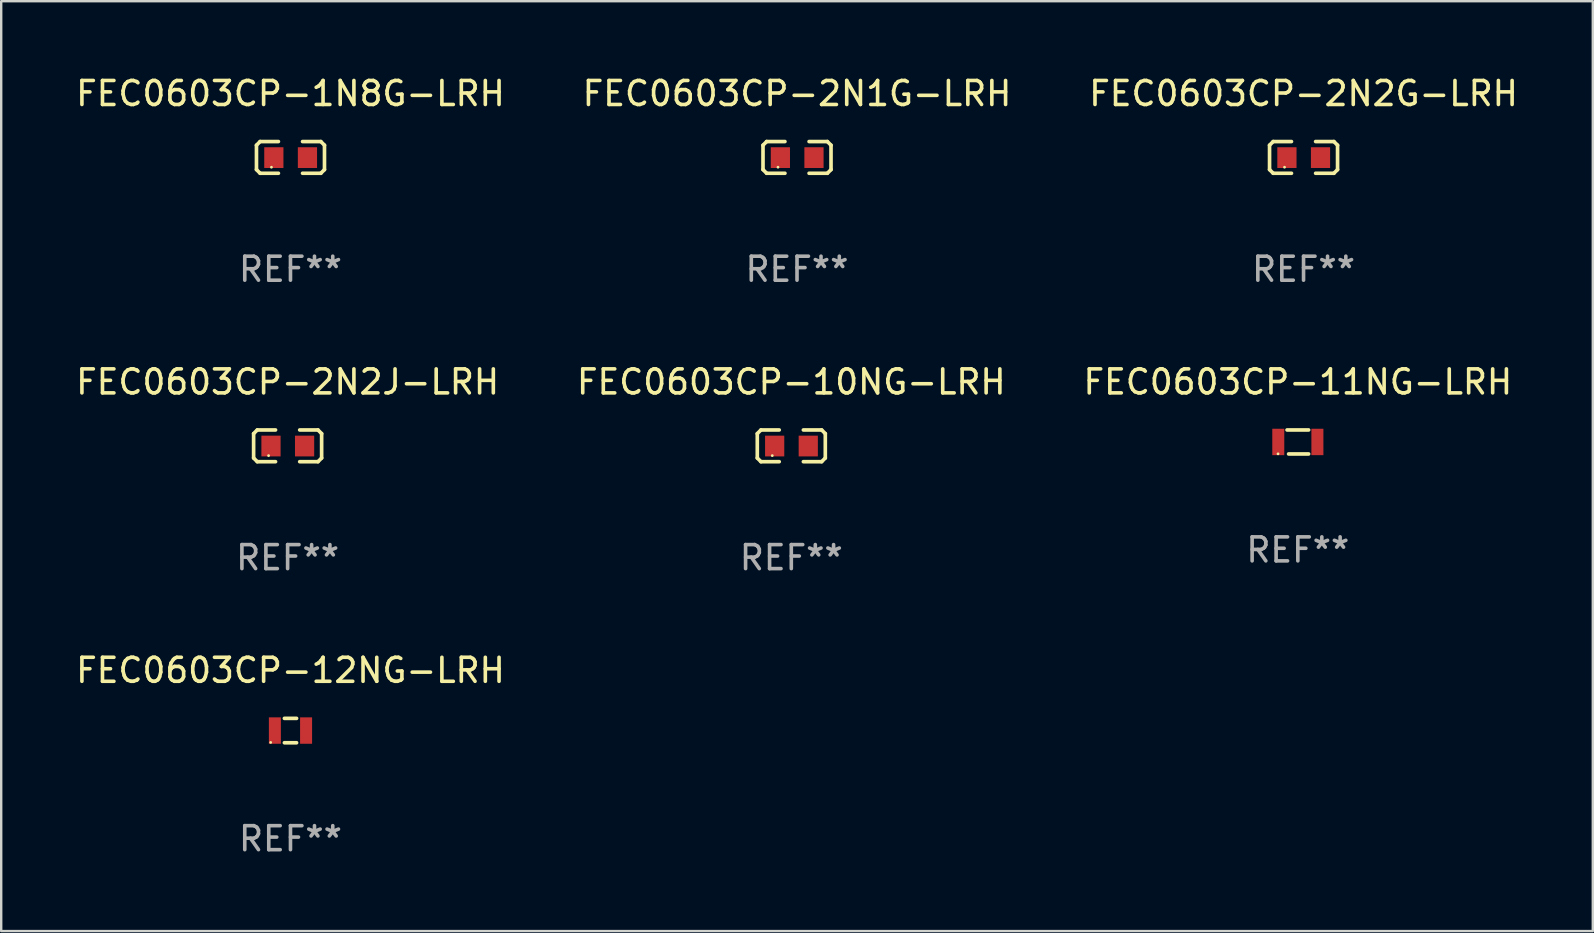
<source format=kicad_pcb>
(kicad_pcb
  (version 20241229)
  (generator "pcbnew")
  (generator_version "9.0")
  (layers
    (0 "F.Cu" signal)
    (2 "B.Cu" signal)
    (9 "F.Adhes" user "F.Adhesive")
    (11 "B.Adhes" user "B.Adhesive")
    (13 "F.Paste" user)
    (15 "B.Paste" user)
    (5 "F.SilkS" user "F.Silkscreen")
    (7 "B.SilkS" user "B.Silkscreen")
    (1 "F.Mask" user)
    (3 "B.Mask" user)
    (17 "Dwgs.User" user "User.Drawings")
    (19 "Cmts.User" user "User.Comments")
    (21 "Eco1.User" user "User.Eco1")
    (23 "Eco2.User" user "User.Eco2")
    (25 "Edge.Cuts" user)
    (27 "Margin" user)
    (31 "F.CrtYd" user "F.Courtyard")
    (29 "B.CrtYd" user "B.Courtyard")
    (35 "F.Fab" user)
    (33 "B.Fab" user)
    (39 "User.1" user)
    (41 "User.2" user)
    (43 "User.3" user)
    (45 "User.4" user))
  (footprint "FEC0603CP-11NG-LRH"
    (layer "F.Cu")
    (at 51.03 15.366)
    (property "Reference" "FEC0603CP-11NG-LRH" (at 0 -2.5 0) (layer "F.SilkS") (effects (font (size 1 1) (thickness 0.15))))
    (attr through_hole)
    (fp_line (start -0.45 -0.5) (end 0.45 -0.5) (stroke (width 0.152) (type solid)) (layer "F.SilkS"))
    (fp_line (start -0.385 0.5) (end 0.45 0.5) (stroke (width 0.152) (type solid)) (layer "F.SilkS"))
    (fp_circle (center -0.825 0.495) (end -0.795 0.495) (stroke (width 0.06) (type solid)) (fill no) (layer "F.SilkS"))
    (fp_text user "REF**" (at 0 4.5 0) (layer "F.Fab") (effects (font (size 1 1) (thickness 0.15))))
    (pad "1" smd rect (at -0.815 0) (size 0.5 1.1) (layers "F.Cu" "F.Mask" "F.Paste"))
    (pad "2" smd rect (at 0.815 0) (size 0.5 1.1) (layers "F.Cu" "F.Mask" "F.Paste")))
  (footprint "FEC0603CP-10NG-LRH"
    (layer "F.Cu")
    (at 29.923 15.527)
    (property "Reference" "FEC0603CP-10NG-LRH" (at 0 -2.661 0) (layer "F.SilkS") (effects (font (size 1 1) (thickness 0.15))))
    (attr through_hole)
    (fp_line (start -1.417 -0.508) (end -1.265 -0.661) (stroke (width 0.152) (type solid)) (layer "F.SilkS"))
    (fp_line (start -1.417 0.508) (end -1.417 -0.508) (stroke (width 0.152) (type solid)) (layer "F.SilkS"))
    (fp_line (start -1.265 -0.661) (end -0.503 -0.661) (stroke (width 0.152) (type solid)) (layer "F.SilkS"))
    (fp_line (start -1.265 0.661) (end -1.417 0.508) (stroke (width 0.152) (type solid)) (layer "F.SilkS"))
    (fp_line (start -1.265 0.661) (end -0.503 0.661) (stroke (width 0.152) (type solid)) (layer "F.SilkS"))
    (fp_line (start 1.265 -0.661) (end 0.503 -0.661) (stroke (width 0.152) (type solid)) (layer "F.SilkS"))
    (fp_line (start 1.265 -0.661) (end 1.417 -0.508) (stroke (width 0.152) (type solid)) (layer "F.SilkS"))
    (fp_line (start 1.265 0.661) (end 0.503 0.661) (stroke (width 0.152) (type solid)) (layer "F.SilkS"))
    (fp_line (start 1.417 -0.508) (end 1.417 0.508) (stroke (width 0.152) (type solid)) (layer "F.SilkS"))
    (fp_line (start 1.417 0.508) (end 1.265 0.661) (stroke (width 0.152) (type solid)) (layer "F.SilkS"))
    (fp_circle (center -0.793 0.409) (end -0.763 0.409) (stroke (width 0.06) (type solid)) (fill no) (layer "F.SilkS"))
    (fp_text user "REF**" (at 0 4.661 0) (layer "F.Fab") (effects (font (size 1 1) (thickness 0.15))))
    (pad "1" smd rect (at -0.693 0.009 180) (size 0.8 0.864) (layers "F.Cu" "F.Mask" "F.Paste"))
    (pad "2" smd rect (at 0.707 0.009 180) (size 0.8 0.864) (layers "F.Cu" "F.Mask" "F.Paste")))
  (footprint "FEC0603CP-2N2G-LRH"
    (layer "F.Cu")
    (at 51.268 3.509)
    (property "Reference" "FEC0603CP-2N2G-LRH" (at 0 -2.661 0) (layer "F.SilkS") (effects (font (size 1 1) (thickness 0.15))))
    (attr through_hole)
    (fp_line (start -1.417 -0.508) (end -1.265 -0.661) (stroke (width 0.152) (type solid)) (layer "F.SilkS"))
    (fp_line (start -1.417 0.508) (end -1.417 -0.508) (stroke (width 0.152) (type solid)) (layer "F.SilkS"))
    (fp_line (start -1.265 -0.661) (end -0.503 -0.661) (stroke (width 0.152) (type solid)) (layer "F.SilkS"))
    (fp_line (start -1.265 0.661) (end -1.417 0.508) (stroke (width 0.152) (type solid)) (layer "F.SilkS"))
    (fp_line (start -1.265 0.661) (end -0.503 0.661) (stroke (width 0.152) (type solid)) (layer "F.SilkS"))
    (fp_line (start 1.265 -0.661) (end 0.503 -0.661) (stroke (width 0.152) (type solid)) (layer "F.SilkS"))
    (fp_line (start 1.265 -0.661) (end 1.417 -0.508) (stroke (width 0.152) (type solid)) (layer "F.SilkS"))
    (fp_line (start 1.265 0.661) (end 0.503 0.661) (stroke (width 0.152) (type solid)) (layer "F.SilkS"))
    (fp_line (start 1.417 -0.508) (end 1.417 0.508) (stroke (width 0.152) (type solid)) (layer "F.SilkS"))
    (fp_line (start 1.417 0.508) (end 1.265 0.661) (stroke (width 0.152) (type solid)) (layer "F.SilkS"))
    (fp_circle (center -0.793 0.409) (end -0.763 0.409) (stroke (width 0.06) (type solid)) (fill no) (layer "F.SilkS"))
    (fp_text user "REF**" (at 0 4.661 0) (layer "F.Fab") (effects (font (size 1 1) (thickness 0.15))))
    (pad "1" smd rect (at -0.693 0.009 180) (size 0.8 0.864) (layers "F.Cu" "F.Mask" "F.Paste"))
    (pad "2" smd rect (at 0.707 0.009 180) (size 0.8 0.864) (layers "F.Cu" "F.Mask" "F.Paste")))
  (footprint "FEC0603CP-12NG-LRH"
    (layer "F.Cu")
    (at 9.054 27.392)
    (property "Reference" "FEC0603CP-12NG-LRH" (at 0 -2.508 0) (layer "F.SilkS") (effects (font (size 1 1) (thickness 0.15))))
    (attr through_hole)
    (fp_line (start -0.254 -0.508) (end 0.254 -0.508) (stroke (width 0.152) (type solid)) (layer "F.SilkS"))
    (fp_line (start -0.254 0.508) (end 0.254 0.508) (stroke (width 0.152) (type solid)) (layer "F.SilkS"))
    (fp_circle (center -0.825 0.495) (end -0.795 0.495) (stroke (width 0.06) (type solid)) (fill no) (layer "F.SilkS"))
    (fp_text user "REF**" (at 0 4.508 0) (layer "F.Fab") (effects (font (size 1 1) (thickness 0.15))))
    (pad "1" smd rect (at -0.65 0) (size 0.5 1.1) (layers "F.Cu" "F.Mask" "F.Paste"))
    (pad "2" smd rect (at 0.65 0) (size 0.5 1.1) (layers "F.Cu" "F.Mask" "F.Paste")))
  (footprint "FEC0603CP-1N8G-LRH"
    (layer "F.Cu")
    (at 9.054 3.509)
    (property "Reference" "FEC0603CP-1N8G-LRH" (at 0 -2.661 0) (layer "F.SilkS") (effects (font (size 1 1) (thickness 0.15))))
    (attr through_hole)
    (fp_line (start -1.417 -0.508) (end -1.265 -0.661) (stroke (width 0.152) (type solid)) (layer "F.SilkS"))
    (fp_line (start -1.417 0.508) (end -1.417 -0.508) (stroke (width 0.152) (type solid)) (layer "F.SilkS"))
    (fp_line (start -1.265 -0.661) (end -0.503 -0.661) (stroke (width 0.152) (type solid)) (layer "F.SilkS"))
    (fp_line (start -1.265 0.661) (end -1.417 0.508) (stroke (width 0.152) (type solid)) (layer "F.SilkS"))
    (fp_line (start -1.265 0.661) (end -0.503 0.661) (stroke (width 0.152) (type solid)) (layer "F.SilkS"))
    (fp_line (start 1.265 -0.661) (end 0.503 -0.661) (stroke (width 0.152) (type solid)) (layer "F.SilkS"))
    (fp_line (start 1.265 -0.661) (end 1.417 -0.508) (stroke (width 0.152) (type solid)) (layer "F.SilkS"))
    (fp_line (start 1.265 0.661) (end 0.503 0.661) (stroke (width 0.152) (type solid)) (layer "F.SilkS"))
    (fp_line (start 1.417 -0.508) (end 1.417 0.508) (stroke (width 0.152) (type solid)) (layer "F.SilkS"))
    (fp_line (start 1.417 0.508) (end 1.265 0.661) (stroke (width 0.152) (type solid)) (layer "F.SilkS"))
    (fp_circle (center -0.793 0.409) (end -0.763 0.409) (stroke (width 0.06) (type solid)) (fill no) (layer "F.SilkS"))
    (fp_text user "REF**" (at 0 4.661 0) (layer "F.Fab") (effects (font (size 1 1) (thickness 0.15))))
    (pad "1" smd rect (at -0.693 0.009 180) (size 0.8 0.864) (layers "F.Cu" "F.Mask" "F.Paste"))
    (pad "2" smd rect (at 0.707 0.009 180) (size 0.8 0.864) (layers "F.Cu" "F.Mask" "F.Paste")))
  (footprint "FEC0603CP-2N2J-LRH"
    (layer "F.Cu")
    (at 8.935 15.527)
    (property "Reference" "FEC0603CP-2N2J-LRH" (at 0 -2.661 0) (layer "F.SilkS") (effects (font (size 1 1) (thickness 0.15))))
    (attr through_hole)
    (fp_line (start -1.417 -0.508) (end -1.265 -0.661) (stroke (width 0.152) (type solid)) (layer "F.SilkS"))
    (fp_line (start -1.417 0.508) (end -1.417 -0.508) (stroke (width 0.152) (type solid)) (layer "F.SilkS"))
    (fp_line (start -1.265 -0.661) (end -0.503 -0.661) (stroke (width 0.152) (type solid)) (layer "F.SilkS"))
    (fp_line (start -1.265 0.661) (end -1.417 0.508) (stroke (width 0.152) (type solid)) (layer "F.SilkS"))
    (fp_line (start -1.265 0.661) (end -0.503 0.661) (stroke (width 0.152) (type solid)) (layer "F.SilkS"))
    (fp_line (start 1.265 -0.661) (end 0.503 -0.661) (stroke (width 0.152) (type solid)) (layer "F.SilkS"))
    (fp_line (start 1.265 -0.661) (end 1.417 -0.508) (stroke (width 0.152) (type solid)) (layer "F.SilkS"))
    (fp_line (start 1.265 0.661) (end 0.503 0.661) (stroke (width 0.152) (type solid)) (layer "F.SilkS"))
    (fp_line (start 1.417 -0.508) (end 1.417 0.508) (stroke (width 0.152) (type solid)) (layer "F.SilkS"))
    (fp_line (start 1.417 0.508) (end 1.265 0.661) (stroke (width 0.152) (type solid)) (layer "F.SilkS"))
    (fp_circle (center -0.793 0.409) (end -0.763 0.409) (stroke (width 0.06) (type solid)) (fill no) (layer "F.SilkS"))
    (fp_text user "REF**" (at 0 4.661 0) (layer "F.Fab") (effects (font (size 1 1) (thickness 0.15))))
    (pad "1" smd rect (at -0.693 0.009 180) (size 0.8 0.864) (layers "F.Cu" "F.Mask" "F.Paste"))
    (pad "2" smd rect (at 0.707 0.009 180) (size 0.8 0.864) (layers "F.Cu" "F.Mask" "F.Paste")))
  (footprint "FEC0603CP-2N1G-LRH"
    (layer "F.Cu")
    (at 30.161 3.509)
    (property "Reference" "FEC0603CP-2N1G-LRH" (at 0 -2.661 0) (layer "F.SilkS") (effects (font (size 1 1) (thickness 0.15))))
    (attr through_hole)
    (fp_line (start -1.417 -0.508) (end -1.265 -0.661) (stroke (width 0.152) (type solid)) (layer "F.SilkS"))
    (fp_line (start -1.417 0.508) (end -1.417 -0.508) (stroke (width 0.152) (type solid)) (layer "F.SilkS"))
    (fp_line (start -1.265 -0.661) (end -0.503 -0.661) (stroke (width 0.152) (type solid)) (layer "F.SilkS"))
    (fp_line (start -1.265 0.661) (end -1.417 0.508) (stroke (width 0.152) (type solid)) (layer "F.SilkS"))
    (fp_line (start -1.265 0.661) (end -0.503 0.661) (stroke (width 0.152) (type solid)) (layer "F.SilkS"))
    (fp_line (start 1.265 -0.661) (end 0.503 -0.661) (stroke (width 0.152) (type solid)) (layer "F.SilkS"))
    (fp_line (start 1.265 -0.661) (end 1.417 -0.508) (stroke (width 0.152) (type solid)) (layer "F.SilkS"))
    (fp_line (start 1.265 0.661) (end 0.503 0.661) (stroke (width 0.152) (type solid)) (layer "F.SilkS"))
    (fp_line (start 1.417 -0.508) (end 1.417 0.508) (stroke (width 0.152) (type solid)) (layer "F.SilkS"))
    (fp_line (start 1.417 0.508) (end 1.265 0.661) (stroke (width 0.152) (type solid)) (layer "F.SilkS"))
    (fp_circle (center -0.793 0.409) (end -0.763 0.409) (stroke (width 0.06) (type solid)) (fill no) (layer "F.SilkS"))
    (fp_text user "REF**" (at 0 4.661 0) (layer "F.Fab") (effects (font (size 1 1) (thickness 0.15))))
    (pad "1" smd rect (at -0.693 0.009 180) (size 0.8 0.864) (layers "F.Cu" "F.Mask" "F.Paste"))
    (pad "2" smd rect (at 0.707 0.009 180) (size 0.8 0.864) (layers "F.Cu" "F.Mask" "F.Paste")))
  (gr_rect
    (start -3 -3)
    (end 63.321 35.748)
    (stroke (width 0.1) (type default))
    (fill no)
    (layer "Edge.Cuts")))
</source>
